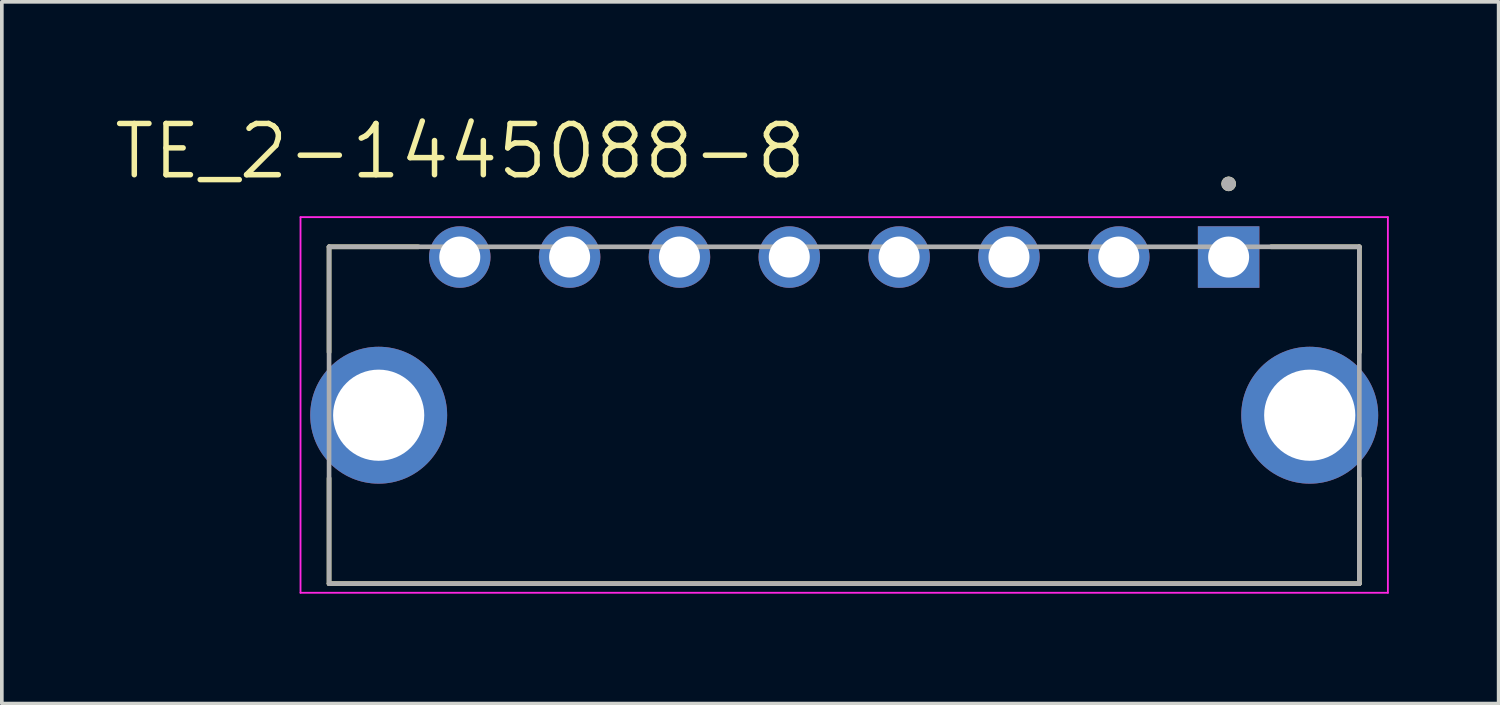
<source format=kicad_pcb>
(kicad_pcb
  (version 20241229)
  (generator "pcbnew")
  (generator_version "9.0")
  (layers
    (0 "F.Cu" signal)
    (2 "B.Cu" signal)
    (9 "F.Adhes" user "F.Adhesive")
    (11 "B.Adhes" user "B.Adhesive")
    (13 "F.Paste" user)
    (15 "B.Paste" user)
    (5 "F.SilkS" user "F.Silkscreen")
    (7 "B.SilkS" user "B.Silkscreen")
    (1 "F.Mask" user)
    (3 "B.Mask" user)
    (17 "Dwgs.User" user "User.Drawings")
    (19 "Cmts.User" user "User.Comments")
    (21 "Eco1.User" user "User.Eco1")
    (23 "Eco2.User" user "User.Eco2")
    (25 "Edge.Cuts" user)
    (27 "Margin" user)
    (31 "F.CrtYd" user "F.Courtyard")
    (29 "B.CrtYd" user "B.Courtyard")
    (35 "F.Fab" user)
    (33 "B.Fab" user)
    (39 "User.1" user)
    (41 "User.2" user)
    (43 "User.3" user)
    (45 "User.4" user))
  (footprint "TE_2-1445088-8"
    (layer "F.Cu")
    (at 30.508 3.971)
    (property "Reference" "TE_2-1445088-8" (at -20.99 -2.889 0) (layer "F.SilkS") (effects (font (size 1.4 1.4) (thickness 0.15))))
    (attr through_hole)
    (fp_line (start -24.57 -0.28) (end -22.13 -0.28) (stroke (width 0.127) (type solid)) (layer "F.SilkS"))
    (fp_line (start -24.57 2.6) (end -24.57 -0.28) (stroke (width 0.127) (type solid)) (layer "F.SilkS"))
    (fp_line (start -24.57 8.92) (end -24.57 6.04) (stroke (width 0.127) (type solid)) (layer "F.SilkS"))
    (fp_line (start 1.16 -0.28) (end 3.57 -0.28) (stroke (width 0.127) (type solid)) (layer "F.SilkS"))
    (fp_line (start 3.57 -0.28) (end 3.57 2.6) (stroke (width 0.127) (type solid)) (layer "F.SilkS"))
    (fp_line (start 3.57 6.04) (end 3.57 8.92) (stroke (width 0.127) (type solid)) (layer "F.SilkS"))
    (fp_line (start 3.57 8.92) (end -24.57 8.92) (stroke (width 0.127) (type solid)) (layer "F.SilkS"))
    (fp_circle (center 0 -2) (end 0.1 -2) (stroke (width 0.2) (type solid)) (fill no) (layer "F.SilkS"))
    (fp_line (start -25.35 -1.09) (end 4.35 -1.09) (stroke (width 0.05) (type solid)) (layer "F.CrtYd"))
    (fp_line (start -25.35 9.17) (end -25.35 -1.09) (stroke (width 0.05) (type solid)) (layer "F.CrtYd"))
    (fp_line (start 4.35 -1.09) (end 4.35 9.17) (stroke (width 0.05) (type solid)) (layer "F.CrtYd"))
    (fp_line (start 4.35 9.17) (end -25.35 9.17) (stroke (width 0.05) (type solid)) (layer "F.CrtYd"))
    (fp_line (start -24.57 -0.28) (end 3.57 -0.28) (stroke (width 0.127) (type solid)) (layer "F.Fab"))
    (fp_line (start -24.57 8.92) (end -24.57 -0.28) (stroke (width 0.127) (type solid)) (layer "F.Fab"))
    (fp_line (start 3.57 -0.28) (end 3.57 8.92) (stroke (width 0.127) (type solid)) (layer "F.Fab"))
    (fp_line (start 3.57 8.92) (end -24.57 8.92) (stroke (width 0.127) (type solid)) (layer "F.Fab"))
    (fp_circle (center 0 -2) (end 0.1 -2) (stroke (width 0.2) (type solid)) (fill no) (layer "F.Fab"))
    (pad "1" thru_hole rect (at 0 0) (size 1.68 1.68) (drill 1.12) (layers "*.Cu" "*.Mask"))
    (pad "2" thru_hole circle (at -3 0) (size 1.68 1.68) (drill 1.12) (layers "*.Cu" "*.Mask"))
    (pad "3" thru_hole circle (at -6 0) (size 1.68 1.68) (drill 1.12) (layers "*.Cu" "*.Mask"))
    (pad "4" thru_hole circle (at -9 0) (size 1.68 1.68) (drill 1.12) (layers "*.Cu" "*.Mask"))
    (pad "5" thru_hole circle (at -12 0) (size 1.68 1.68) (drill 1.12) (layers "*.Cu" "*.Mask"))
    (pad "6" thru_hole circle (at -15 0) (size 1.68 1.68) (drill 1.12) (layers "*.Cu" "*.Mask"))
    (pad "7" thru_hole circle (at -18 0) (size 1.68 1.68) (drill 1.12) (layers "*.Cu" "*.Mask"))
    (pad "8" thru_hole circle (at -21 0) (size 1.68 1.68) (drill 1.12) (layers "*.Cu" "*.Mask"))
    (pad "S1" thru_hole circle (at -23.215 4.32) (size 3.74 3.74) (drill 2.49) (layers "*.Cu" "*.Mask"))
    (pad "S2" thru_hole circle (at 2.215 4.32) (size 3.74 3.74) (drill 2.49) (layers "*.Cu" "*.Mask")))
  (gr_rect
    (start -3 -3)
    (end 37.883 16.166)
    (stroke (width 0.1) (type default))
    (fill no)
    (layer "Edge.Cuts")))
</source>
